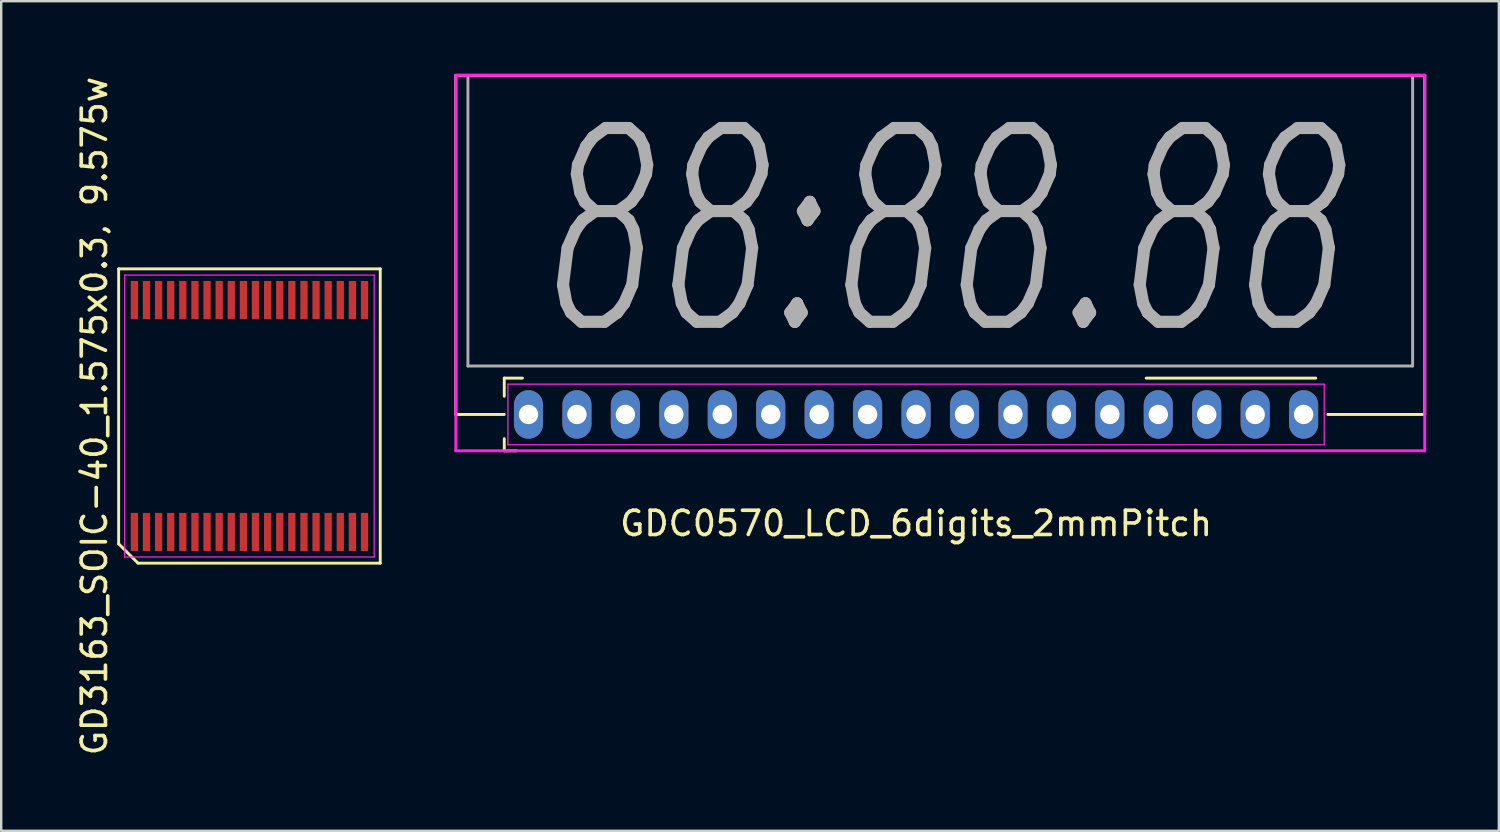
<source format=kicad_pcb>
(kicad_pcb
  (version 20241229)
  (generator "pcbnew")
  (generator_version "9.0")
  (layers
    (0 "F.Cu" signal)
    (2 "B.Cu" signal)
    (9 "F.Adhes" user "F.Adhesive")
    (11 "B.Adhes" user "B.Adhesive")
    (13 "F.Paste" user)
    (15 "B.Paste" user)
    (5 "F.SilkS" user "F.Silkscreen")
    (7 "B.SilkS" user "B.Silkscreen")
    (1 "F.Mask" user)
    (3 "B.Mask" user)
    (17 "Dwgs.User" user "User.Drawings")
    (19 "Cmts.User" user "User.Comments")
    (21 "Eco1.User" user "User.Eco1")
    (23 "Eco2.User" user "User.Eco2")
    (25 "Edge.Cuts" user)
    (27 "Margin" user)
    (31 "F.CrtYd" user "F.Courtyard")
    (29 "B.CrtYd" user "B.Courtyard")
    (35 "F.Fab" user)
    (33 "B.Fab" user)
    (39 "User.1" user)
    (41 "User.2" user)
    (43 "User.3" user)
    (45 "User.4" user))
  (footprint "GD3163_SOIC-40_1.575x0.3, 9.575w"
    (layer "F.Cu")
    (at 7.248 14.125)
    (property "Reference" "GD3163_SOIC-40_1.575x0.3, 9.575w" (at -6.4 0 90) (layer "F.SilkS") (effects (font (size 1 1) (thickness 0.15))))
    (attr through_hole)
    (fp_line (start -5.4 -6.075) (end 5.4 -6.075) (stroke (width 0.12) (type solid)) (layer "F.SilkS"))
    (fp_line (start -5.4 5.275) (end -5.4 -6.075) (stroke (width 0.12) (type solid)) (layer "F.SilkS"))
    (fp_line (start -4.6 6.075) (end -5.4 5.275) (stroke (width 0.12) (type solid)) (layer "F.SilkS"))
    (fp_line (start 5.4 -6.075) (end 5.4 6.075) (stroke (width 0.12) (type solid)) (layer "F.SilkS"))
    (fp_line (start 5.4 6.075) (end -4.6 6.075) (stroke (width 0.12) (type solid)) (layer "F.SilkS"))
    (fp_line (start -5.15 -5.82) (end 5.15 -5.82) (stroke (width 0.05) (type solid)) (layer "F.CrtYd"))
    (fp_line (start -5.15 5.82) (end -5.15 -5.82) (stroke (width 0.05) (type solid)) (layer "F.CrtYd"))
    (fp_line (start 5.15 -5.82) (end 5.15 5.82) (stroke (width 0.05) (type solid)) (layer "F.CrtYd"))
    (fp_line (start 5.15 5.82) (end -5.15 5.82) (stroke (width 0.05) (type solid)) (layer "F.CrtYd"))
    (pad "1" smd rect (at -4.75 4.787) (size 0.3 1.575) (layers "F.Cu" "F.Mask" "F.Paste"))
    (pad "2" smd rect (at -4.25 4.787) (size 0.3 1.575) (layers "F.Cu" "F.Mask" "F.Paste"))
    (pad "3" smd rect (at -3.75 4.787) (size 0.3 1.575) (layers "F.Cu" "F.Mask" "F.Paste"))
    (pad "4" smd rect (at -3.25 4.787) (size 0.3 1.575) (layers "F.Cu" "F.Mask" "F.Paste"))
    (pad "5" smd rect (at -2.75 4.787) (size 0.3 1.575) (layers "F.Cu" "F.Mask" "F.Paste"))
    (pad "6" smd rect (at -2.25 4.787) (size 0.3 1.575) (layers "F.Cu" "F.Mask" "F.Paste"))
    (pad "7" smd rect (at -1.75 4.787) (size 0.3 1.575) (layers "F.Cu" "F.Mask" "F.Paste"))
    (pad "8" smd rect (at -1.25 4.787) (size 0.3 1.575) (layers "F.Cu" "F.Mask" "F.Paste"))
    (pad "9" smd rect (at -0.75 4.787) (size 0.3 1.575) (layers "F.Cu" "F.Mask" "F.Paste"))
    (pad "10" smd rect (at -0.25 4.787) (size 0.3 1.575) (layers "F.Cu" "F.Mask" "F.Paste"))
    (pad "11" smd rect (at 0.25 4.787) (size 0.3 1.575) (layers "F.Cu" "F.Mask" "F.Paste"))
    (pad "12" smd rect (at 0.75 4.787) (size 0.3 1.575) (layers "F.Cu" "F.Mask" "F.Paste"))
    (pad "13" smd rect (at 1.25 4.787) (size 0.3 1.575) (layers "F.Cu" "F.Mask" "F.Paste"))
    (pad "14" smd rect (at 1.75 4.787) (size 0.3 1.575) (layers "F.Cu" "F.Mask" "F.Paste"))
    (pad "15" smd rect (at 2.25 4.787) (size 0.3 1.575) (layers "F.Cu" "F.Mask" "F.Paste"))
    (pad "16" smd rect (at 2.75 4.787) (size 0.3 1.575) (layers "F.Cu" "F.Mask" "F.Paste"))
    (pad "17" smd rect (at 3.25 4.787) (size 0.3 1.575) (layers "F.Cu" "F.Mask" "F.Paste"))
    (pad "18" smd rect (at 3.75 4.787) (size 0.3 1.575) (layers "F.Cu" "F.Mask" "F.Paste"))
    (pad "19" smd rect (at 4.25 4.787) (size 0.3 1.575) (layers "F.Cu" "F.Mask" "F.Paste"))
    (pad "20" smd rect (at 4.75 4.787) (size 0.3 1.575) (layers "F.Cu" "F.Mask" "F.Paste"))
    (pad "21" smd rect (at 4.75 -4.787) (size 0.3 1.575) (layers "F.Cu" "F.Mask" "F.Paste"))
    (pad "22" smd rect (at 4.25 -4.787) (size 0.3 1.575) (layers "F.Cu" "F.Mask" "F.Paste"))
    (pad "23" smd rect (at 3.75 -4.787) (size 0.3 1.575) (layers "F.Cu" "F.Mask" "F.Paste"))
    (pad "24" smd rect (at 3.25 -4.787) (size 0.3 1.575) (layers "F.Cu" "F.Mask" "F.Paste"))
    (pad "25" smd rect (at 2.75 -4.787) (size 0.3 1.575) (layers "F.Cu" "F.Mask" "F.Paste"))
    (pad "26" smd rect (at 2.25 -4.787) (size 0.3 1.575) (layers "F.Cu" "F.Mask" "F.Paste"))
    (pad "27" smd rect (at 1.75 -4.787) (size 0.3 1.575) (layers "F.Cu" "F.Mask" "F.Paste"))
    (pad "28" smd rect (at 1.25 -4.787) (size 0.3 1.575) (layers "F.Cu" "F.Mask" "F.Paste"))
    (pad "29" smd rect (at 0.75 -4.787) (size 0.3 1.575) (layers "F.Cu" "F.Mask" "F.Paste"))
    (pad "30" smd rect (at 0.25 -4.787) (size 0.3 1.575) (layers "F.Cu" "F.Mask" "F.Paste"))
    (pad "31" smd rect (at -0.25 -4.787) (size 0.3 1.575) (layers "F.Cu" "F.Mask" "F.Paste"))
    (pad "32" smd rect (at -0.75 -4.787) (size 0.3 1.575) (layers "F.Cu" "F.Mask" "F.Paste"))
    (pad "33" smd rect (at -1.25 -4.787) (size 0.3 1.575) (layers "F.Cu" "F.Mask" "F.Paste"))
    (pad "34" smd rect (at -1.75 -4.787) (size 0.3 1.575) (layers "F.Cu" "F.Mask" "F.Paste"))
    (pad "35" smd rect (at -2.25 -4.787) (size 0.3 1.575) (layers "F.Cu" "F.Mask" "F.Paste"))
    (pad "36" smd rect (at -2.75 -4.787) (size 0.3 1.575) (layers "F.Cu" "F.Mask" "F.Paste"))
    (pad "37" smd rect (at -3.25 -4.787) (size 0.3 1.575) (layers "F.Cu" "F.Mask" "F.Paste"))
    (pad "38" smd rect (at -3.75 -4.787) (size 0.3 1.575) (layers "F.Cu" "F.Mask" "F.Paste"))
    (pad "39" smd rect (at -4.25 -4.787) (size 0.3 1.575) (layers "F.Cu" "F.Mask" "F.Paste"))
    (pad "40" smd rect (at -4.75 -4.787) (size 0.3 1.575) (layers "F.Cu" "F.Mask" "F.Paste")))
  (footprint "GDC0570_LCD_6digits_2mmPitch"
    (layer "F.Cu")
    (at 34.768 14.06)
    (property "Reference" "GDC0570_LCD_6digits_2mmPitch" (at 0 4.5 0) (layer "F.SilkS") (effects (font (size 1 1) (thickness 0.15))))
    (fp_line (start -19 0) (end -19 -14) (stroke (width 0.12) (type default)) (layer "F.SilkS"))
    (fp_line (start -17 -1.5) (end -16.25 -1.5) (stroke (width 0.12) (type default)) (layer "F.SilkS"))
    (fp_line (start -17 -0.75) (end -17 -1.5) (stroke (width 0.12) (type default)) (layer "F.SilkS"))
    (fp_line (start -17 0) (end -19 0) (stroke (width 0.12) (type default)) (layer "F.SilkS"))
    (fp_line (start -17 1) (end -17 1.5) (stroke (width 0.12) (type default)) (layer "F.SilkS"))
    (fp_line (start -17 1.5) (end -16.5 1.5) (stroke (width 0.12) (type default)) (layer "F.SilkS"))
    (fp_line (start 16.5 -1.5) (end 9.5 -1.5) (stroke (width 0.12) (type default)) (layer "F.SilkS"))
    (fp_line (start 21 -14) (end -19 -14) (stroke (width 0.12) (type default)) (layer "F.SilkS"))
    (fp_line (start 21 -14) (end 21 0) (stroke (width 0.12) (type default)) (layer "F.SilkS"))
    (fp_line (start 21 0) (end 17 0) (stroke (width 0.12) (type default)) (layer "F.SilkS"))
    (fp_line (start -19 -14) (end -19 1.5) (stroke (width 0.12) (type default)) (layer "F.CrtYd"))
    (fp_line (start -19 1.5) (end 21 1.5) (stroke (width 0.12) (type default)) (layer "F.CrtYd"))
    (fp_line (start -16.85 -1.25) (end 16.85 -1.25) (stroke (width 0.05) (type default)) (layer "F.CrtYd"))
    (fp_line (start -16.85 1.25) (end -16.85 -1.25) (stroke (width 0.05) (type default)) (layer "F.CrtYd"))
    (fp_line (start 16.85 -1.25) (end 16.85 1.25) (stroke (width 0.05) (type default)) (layer "F.CrtYd"))
    (fp_line (start 16.85 1.25) (end -16.85 1.25) (stroke (width 0.05) (type default)) (layer "F.CrtYd"))
    (fp_line (start 21 -14) (end -19 -14) (stroke (width 0.12) (type default)) (layer "F.CrtYd"))
    (fp_line (start 21 1.5) (end 21 -14) (stroke (width 0.12) (type default)) (layer "F.CrtYd"))
    (fp_line (start -18.5 -14) (end 20.5 -14) (stroke (width 0.1) (type default)) (layer "F.Fab"))
    (fp_line (start -18.5 -2) (end -18.5 -14) (stroke (width 0.12) (type default)) (layer "F.Fab"))
    (fp_line (start -18.5 -2) (end 20.5 -2) (stroke (width 0.12) (type default)) (layer "F.Fab"))
    (fp_line (start 20.5 -2) (end 20.5 -14) (stroke (width 0.12) (type default)) (layer "F.Fab"))
    (fp_text user "88:88.88" (at -16 -7.5 0) (unlocked yes) (layer "F.Fab") (effects (font (size 8 5) (thickness 0.5) (italic yes)) (justify left)))
    (pad "1" thru_hole oval (at -16 0) (size 1.2 2) (drill 0.8) (layers "*.Cu" "*.Mask"))
    (pad "2" thru_hole oval (at -14 0) (size 1.2 2) (drill 0.8) (layers "*.Cu" "*.Mask"))
    (pad "3" thru_hole oval (at -12 0) (size 1.2 2) (drill 0.8) (layers "*.Cu" "*.Mask"))
    (pad "4" thru_hole oval (at -10 0) (size 1.2 2) (drill 0.8) (layers "*.Cu" "*.Mask"))
    (pad "5" thru_hole oval (at -8 0) (size 1.2 2) (drill 0.8) (layers "*.Cu" "*.Mask"))
    (pad "6" thru_hole oval (at -6 0) (size 1.2 2) (drill 0.8) (layers "*.Cu" "*.Mask"))
    (pad "7" thru_hole oval (at -4 0) (size 1.2 2) (drill 0.8) (layers "*.Cu" "*.Mask"))
    (pad "8" thru_hole oval (at -2 0) (size 1.2 2) (drill 0.8) (layers "*.Cu" "*.Mask"))
    (pad "9" thru_hole oval (at 0 0) (size 1.2 2) (drill 0.8) (layers "*.Cu" "*.Mask"))
    (pad "10" thru_hole oval (at 2 0) (size 1.2 2) (drill 0.8) (layers "*.Cu" "*.Mask"))
    (pad "11" thru_hole oval (at 4 0) (size 1.2 2) (drill 0.8) (layers "*.Cu" "*.Mask"))
    (pad "12" thru_hole oval (at 6 0) (size 1.2 2) (drill 0.8) (layers "*.Cu" "*.Mask"))
    (pad "13" thru_hole oval (at 8 0) (size 1.2 2) (drill 0.8) (layers "*.Cu" "*.Mask"))
    (pad "14" thru_hole oval (at 10 0) (size 1.2 2) (drill 0.8) (layers "*.Cu" "*.Mask"))
    (pad "15" thru_hole oval (at 12 0) (size 1.2 2) (drill 0.8) (layers "*.Cu" "*.Mask"))
    (pad "16" thru_hole oval (at 14 0) (size 1.2 2) (drill 0.8) (layers "*.Cu" "*.Mask"))
    (pad "17" thru_hole oval (at 16 0) (size 1.2 2) (drill 0.8) (layers "*.Cu" "*.Mask")))
  (gr_rect
    (start -3 -3)
    (end 58.828 31.25)
    (stroke (width 0.1) (type default))
    (fill no)
    (layer "Edge.Cuts")))
</source>
